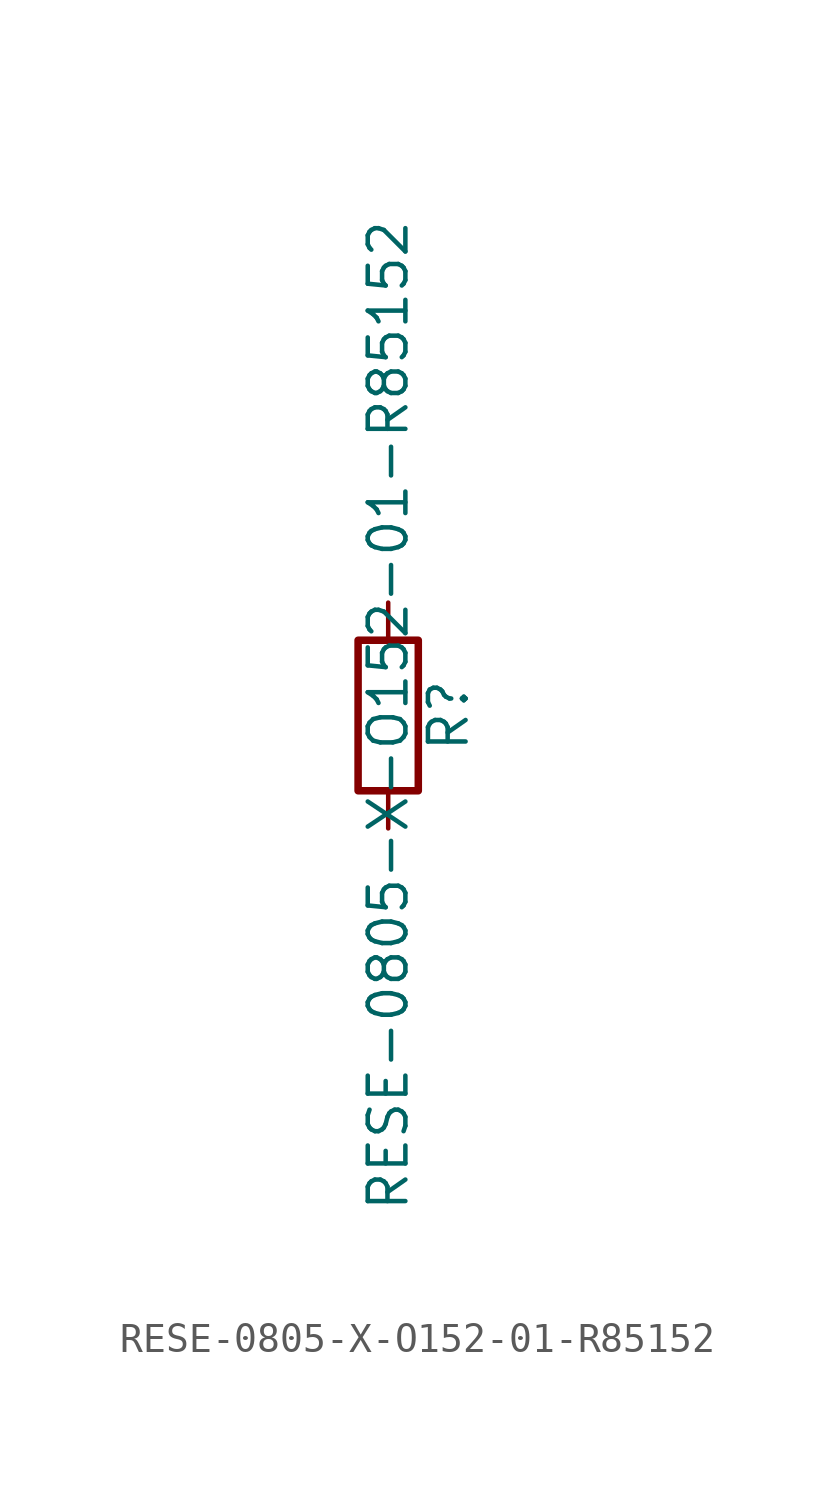
<source format=kicad_sym>
(kicad_symbol_lib
  (version 20211014)
  (generator kicad_symbol_editor)
  (symbol "RESE-0805-X-O152-01-R85152"
    (pin_numbers hide)
    (pin_names
      (offset 0))
    (property "Reference" "R"
      (at 2.032 0 90)
      (effects (font (size 1.27 1.27))))
    (property "Value" "RESE-0805-X-O152-01-R85152"
      (at 0 0 90)
      (effects (font (size 1.27 1.27))))
    (symbol "RESE-0805-X-O152-01-R85152_0_1"
      (rectangle (start -1.016 -2.54) (end 1.016 2.54) (stroke (width 0.254) (type default) (color 0 0 0 0)) (fill (type none))))
    (symbol "RESE-0805-X-O152-01-R85152_1_1"
      (pin passive line (at 0 3.81 270) (length 1.27) (name "~" (effects (font (size 1.27 1.27)))) (number "1" (effects (font (size 1.27 1.27)))))
      (pin passive line (at 0 -3.81 90) (length 1.27) (name "~" (effects (font (size 1.27 1.27)))) (number "2" (effects (font (size 1.27 1.27))))))))
</source>
